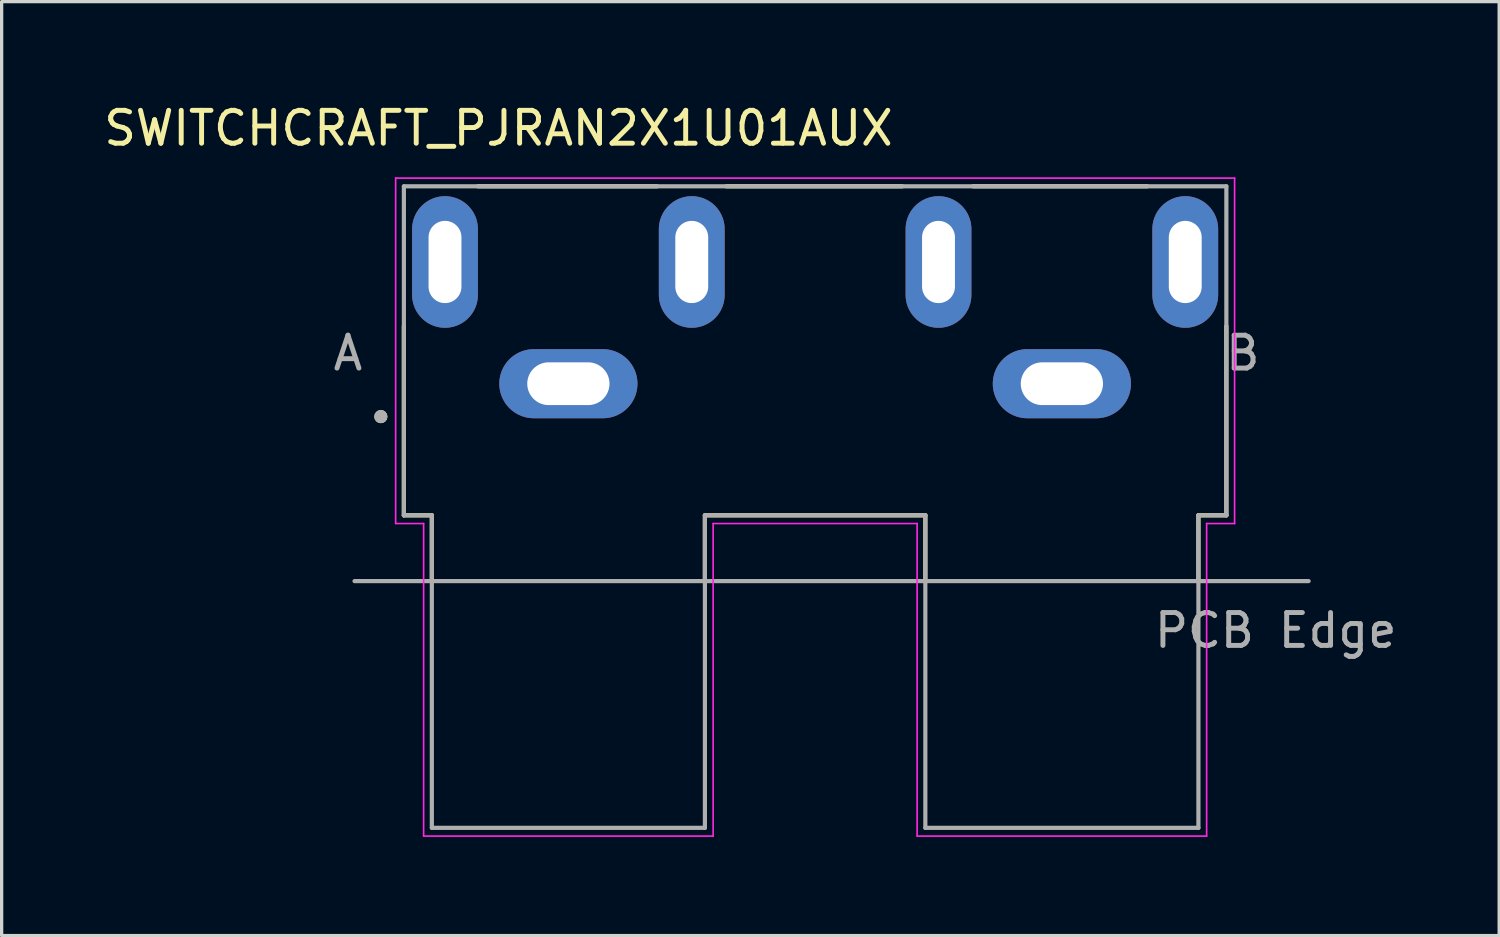
<source format=kicad_pcb>
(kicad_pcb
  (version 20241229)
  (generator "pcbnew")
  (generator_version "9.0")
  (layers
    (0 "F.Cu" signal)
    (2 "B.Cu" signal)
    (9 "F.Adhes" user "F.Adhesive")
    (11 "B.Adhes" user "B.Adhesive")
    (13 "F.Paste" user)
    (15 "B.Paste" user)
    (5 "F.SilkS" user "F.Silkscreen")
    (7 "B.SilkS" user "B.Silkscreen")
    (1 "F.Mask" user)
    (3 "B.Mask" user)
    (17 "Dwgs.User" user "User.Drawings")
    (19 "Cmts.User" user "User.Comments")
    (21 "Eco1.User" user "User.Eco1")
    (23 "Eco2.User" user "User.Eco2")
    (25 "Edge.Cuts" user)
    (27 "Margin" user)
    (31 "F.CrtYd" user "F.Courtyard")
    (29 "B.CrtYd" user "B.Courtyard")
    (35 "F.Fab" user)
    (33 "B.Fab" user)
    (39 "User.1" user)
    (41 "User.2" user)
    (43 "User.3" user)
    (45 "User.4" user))
  (footprint "SWITCHCRAFT_PJRAN2X1U01AUX"
    (layer "F.Cu")
    (at 21.726 12.613)
    (property "Reference" "SWITCHCRAFT_PJRAN2X1U01AUX" (at -9.625 -11.765 0) (layer "F.SilkS") (effects (font (size 1 1) (thickness 0.15))))
    (attr through_hole)
    (fp_line (start -12.5 -5.75) (end -12.5 0) (stroke (width 0.127) (type solid)) (layer "F.SilkS"))
    (fp_line (start -12.5 0) (end -11.65 0) (stroke (width 0.127) (type solid)) (layer "F.SilkS"))
    (fp_line (start -11.65 0) (end -11.65 2) (stroke (width 0.127) (type solid)) (layer "F.SilkS"))
    (fp_line (start -4.8 -10) (end -10.25 -10) (stroke (width 0.127) (type solid)) (layer "F.SilkS"))
    (fp_line (start -3.35 0) (end -3.35 2) (stroke (width 0.127) (type solid)) (layer "F.SilkS"))
    (fp_line (start -3.35 0) (end 3.35 0) (stroke (width 0.127) (type solid)) (layer "F.SilkS"))
    (fp_line (start 2.65 -10) (end -2.7 -10) (stroke (width 0.127) (type solid)) (layer "F.SilkS"))
    (fp_line (start 3.35 2) (end 3.35 0) (stroke (width 0.127) (type solid)) (layer "F.SilkS"))
    (fp_line (start 10.1 -10) (end 4.8 -10) (stroke (width 0.127) (type solid)) (layer "F.SilkS"))
    (fp_line (start 11.65 0) (end 12.5 0) (stroke (width 0.127) (type solid)) (layer "F.SilkS"))
    (fp_line (start 11.65 2) (end 11.65 0) (stroke (width 0.127) (type solid)) (layer "F.SilkS"))
    (fp_line (start 12.5 0) (end 12.5 -5.75) (stroke (width 0.127) (type solid)) (layer "F.SilkS"))
    (fp_circle (center -13.2 -3) (end -13.1 -3) (stroke (width 0.2) (type solid)) (fill no) (layer "F.SilkS"))
    (fp_line (start -12.75 -10.25) (end -12.75 0.25) (stroke (width 0.05) (type solid)) (layer "F.CrtYd"))
    (fp_line (start -12.75 0.25) (end -11.9 0.25) (stroke (width 0.05) (type solid)) (layer "F.CrtYd"))
    (fp_line (start -11.9 0.25) (end -11.9 9.75) (stroke (width 0.05) (type solid)) (layer "F.CrtYd"))
    (fp_line (start -11.9 9.75) (end -3.1 9.75) (stroke (width 0.05) (type solid)) (layer "F.CrtYd"))
    (fp_line (start -3.1 0.25) (end 3.1 0.25) (stroke (width 0.05) (type solid)) (layer "F.CrtYd"))
    (fp_line (start -3.1 9.75) (end -3.1 0.25) (stroke (width 0.05) (type solid)) (layer "F.CrtYd"))
    (fp_line (start 3.1 0.25) (end 3.1 9.75) (stroke (width 0.05) (type solid)) (layer "F.CrtYd"))
    (fp_line (start 3.1 9.75) (end 11.9 9.75) (stroke (width 0.05) (type solid)) (layer "F.CrtYd"))
    (fp_line (start 11.9 0.25) (end 12.75 0.25) (stroke (width 0.05) (type solid)) (layer "F.CrtYd"))
    (fp_line (start 11.9 9.75) (end 11.9 0.25) (stroke (width 0.05) (type solid)) (layer "F.CrtYd"))
    (fp_line (start 12.75 -10.25) (end -12.75 -10.25) (stroke (width 0.05) (type solid)) (layer "F.CrtYd"))
    (fp_line (start 12.75 0.25) (end 12.75 -10.25) (stroke (width 0.05) (type solid)) (layer "F.CrtYd"))
    (fp_line (start -14 2) (end 15 2) (stroke (width 0.127) (type solid)) (layer "F.Fab"))
    (fp_line (start -12.5 -10) (end -12.5 0) (stroke (width 0.127) (type solid)) (layer "F.Fab"))
    (fp_line (start -12.5 0) (end -11.65 0) (stroke (width 0.127) (type solid)) (layer "F.Fab"))
    (fp_line (start -11.65 0) (end -11.65 9.5) (stroke (width 0.127) (type solid)) (layer "F.Fab"))
    (fp_line (start -11.65 9.5) (end -3.35 9.5) (stroke (width 0.127) (type solid)) (layer "F.Fab"))
    (fp_line (start -3.35 0) (end 3.35 0) (stroke (width 0.127) (type solid)) (layer "F.Fab"))
    (fp_line (start -3.35 9.5) (end -3.35 0) (stroke (width 0.127) (type solid)) (layer "F.Fab"))
    (fp_line (start 3.35 0) (end 3.35 9.5) (stroke (width 0.127) (type solid)) (layer "F.Fab"))
    (fp_line (start 3.35 9.5) (end 11.65 9.5) (stroke (width 0.127) (type solid)) (layer "F.Fab"))
    (fp_line (start 11.65 0) (end 12.5 0) (stroke (width 0.127) (type solid)) (layer "F.Fab"))
    (fp_line (start 11.65 9.5) (end 11.65 0) (stroke (width 0.127) (type solid)) (layer "F.Fab"))
    (fp_line (start 12.5 -10) (end -12.5 -10) (stroke (width 0.127) (type solid)) (layer "F.Fab"))
    (fp_line (start 12.5 0) (end 12.5 -10) (stroke (width 0.127) (type solid)) (layer "F.Fab"))
    (fp_circle (center -13.2 -3) (end -13.1 -3) (stroke (width 0.2) (type solid)) (fill no) (layer "F.Fab"))
    (fp_text user "A" (at -14.2 -4.93 0) (layer "F.Fab") (effects (font (size 1 1) (thickness 0.15))))
    (fp_text user "B" (at 13 -4.93 0) (layer "F.Fab") (effects (font (size 1 1) (thickness 0.15))))
    (fp_text user "PCB Edge" (at 14 3.5 0) (layer "F.Fab") (effects (font (size 1 1) (thickness 0.15))))
    (pad "1_A" thru_hole oval (at -7.5 -4) (size 4.2 2.1) (drill oval 2.5 1.3) (layers "*.Cu" "*.Mask"))
    (pad "1_B" thru_hole oval (at 7.5 -4) (size 4.2 2.1) (drill oval 2.5 1.3) (layers "*.Cu" "*.Mask"))
    (pad "2_A" thru_hole oval (at -11.25 -7.7) (size 2 4) (drill oval 1 2.5) (layers "*.Cu" "*.Mask"))
    (pad "2_B" thru_hole oval (at 3.75 -7.7) (size 2 4) (drill oval 1 2.5) (layers "*.Cu" "*.Mask"))
    (pad "3_A" thru_hole oval (at -3.75 -7.7) (size 2 4) (drill oval 1 2.5) (layers "*.Cu" "*.Mask"))
    (pad "3_B" thru_hole oval (at 11.25 -7.7) (size 2 4) (drill oval 1 2.5) (layers "*.Cu" "*.Mask")))
  (gr_rect
    (start -3 -3)
    (end 42.518 25.388)
    (stroke (width 0.1) (type default))
    (fill no)
    (layer "Edge.Cuts")))
</source>
